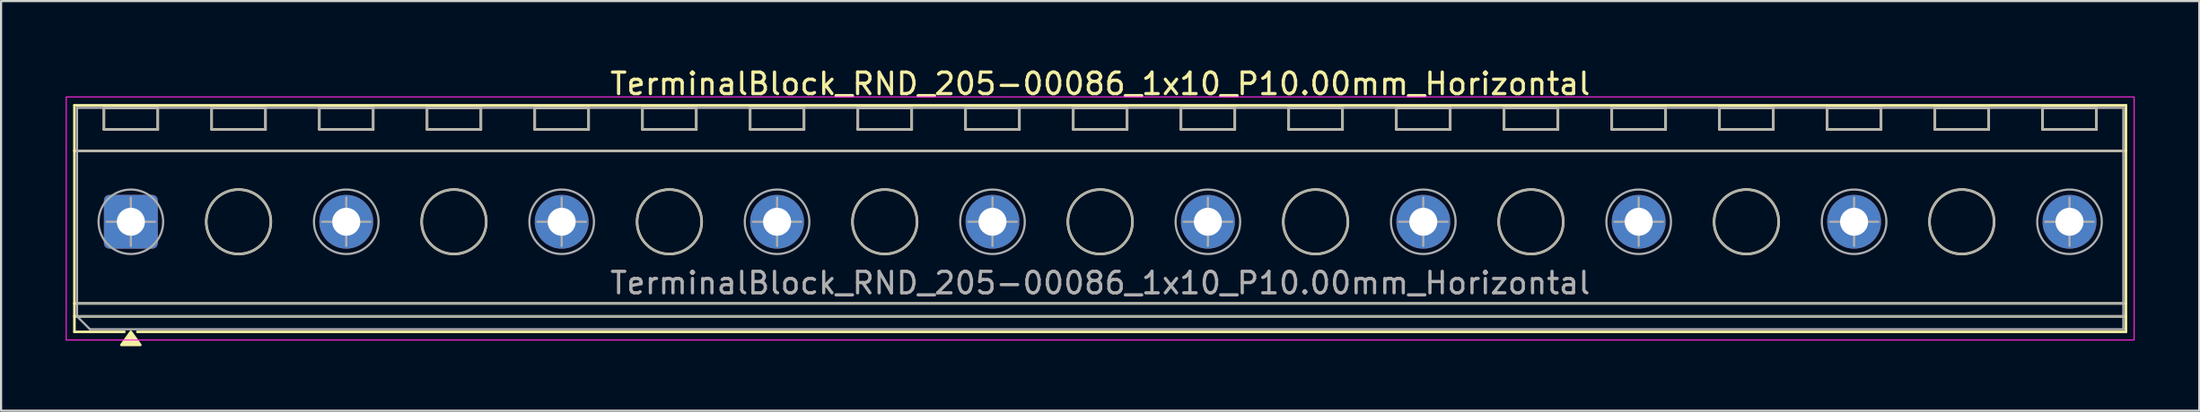
<source format=kicad_pcb>
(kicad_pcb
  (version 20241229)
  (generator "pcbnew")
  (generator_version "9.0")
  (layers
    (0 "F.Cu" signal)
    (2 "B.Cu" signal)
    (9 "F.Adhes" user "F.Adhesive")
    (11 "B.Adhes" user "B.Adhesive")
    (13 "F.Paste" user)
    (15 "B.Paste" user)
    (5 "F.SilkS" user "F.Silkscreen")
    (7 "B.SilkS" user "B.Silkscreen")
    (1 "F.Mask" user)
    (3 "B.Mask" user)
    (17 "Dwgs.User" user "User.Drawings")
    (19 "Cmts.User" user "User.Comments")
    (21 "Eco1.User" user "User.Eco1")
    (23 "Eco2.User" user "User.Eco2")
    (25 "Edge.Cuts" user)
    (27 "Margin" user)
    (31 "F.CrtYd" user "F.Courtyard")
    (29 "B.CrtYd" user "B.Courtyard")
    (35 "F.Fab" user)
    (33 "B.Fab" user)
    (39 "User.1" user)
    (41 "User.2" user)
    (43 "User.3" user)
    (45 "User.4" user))
  (footprint "TerminalBlock_RND_205-00086_1x10_P10.00mm_Horizontal"
    (layer "F.Cu")
    (at 3.025 7.268)
    (property "Reference" "TerminalBlock_RND_205-00086_1x10_P10.00mm_Horizontal" (at 45 -6.42 0) (layer "F.SilkS") (effects (font (size 1 1) (thickness 0.15))))
    (attr through_hole)
    (fp_line (start -2.62 -5.42) (end 92.62 -5.42) (stroke (width 0.12) (type solid)) (layer "F.SilkS"))
    (fp_line (start -2.62 -3.3) (end 92.62 -3.3) (stroke (width 0.12) (type solid)) (layer "F.SilkS"))
    (fp_line (start -2.62 3.8) (end 92.62 3.8) (stroke (width 0.12) (type solid)) (layer "F.SilkS"))
    (fp_line (start -2.62 4.4) (end 92.62 4.4) (stroke (width 0.12) (type solid)) (layer "F.SilkS"))
    (fp_line (start -2.62 5.12) (end -2.62 -5.42) (stroke (width 0.12) (type solid)) (layer "F.SilkS"))
    (fp_line (start -1.25 -5.3) (end 1.25 -5.3) (stroke (width 0.12) (type solid)) (layer "F.SilkS"))
    (fp_line (start -1.25 -4.3) (end -1.25 -5.3) (stroke (width 0.12) (type solid)) (layer "F.SilkS"))
    (fp_line (start -0.3 5.12) (end -2.62 5.12) (stroke (width 0.12) (type solid)) (layer "F.SilkS"))
    (fp_line (start 1.25 -5.3) (end 1.25 -4.3) (stroke (width 0.12) (type solid)) (layer "F.SilkS"))
    (fp_line (start 1.25 -4.3) (end -1.25 -4.3) (stroke (width 0.12) (type solid)) (layer "F.SilkS"))
    (fp_line (start 3.75 -5.3) (end 6.25 -5.3) (stroke (width 0.12) (type solid)) (layer "F.SilkS"))
    (fp_line (start 3.75 -4.3) (end 3.75 -5.3) (stroke (width 0.12) (type solid)) (layer "F.SilkS"))
    (fp_line (start 6.25 -5.3) (end 6.25 -4.3) (stroke (width 0.12) (type solid)) (layer "F.SilkS"))
    (fp_line (start 6.25 -4.3) (end 3.75 -4.3) (stroke (width 0.12) (type solid)) (layer "F.SilkS"))
    (fp_line (start 8.75 -5.3) (end 11.25 -5.3) (stroke (width 0.12) (type solid)) (layer "F.SilkS"))
    (fp_line (start 8.75 -4.3) (end 8.75 -5.3) (stroke (width 0.12) (type solid)) (layer "F.SilkS"))
    (fp_line (start 11.25 -5.3) (end 11.25 -4.3) (stroke (width 0.12) (type solid)) (layer "F.SilkS"))
    (fp_line (start 11.25 -4.3) (end 8.75 -4.3) (stroke (width 0.12) (type solid)) (layer "F.SilkS"))
    (fp_line (start 13.75 -5.3) (end 16.25 -5.3) (stroke (width 0.12) (type solid)) (layer "F.SilkS"))
    (fp_line (start 13.75 -4.3) (end 13.75 -5.3) (stroke (width 0.12) (type solid)) (layer "F.SilkS"))
    (fp_line (start 16.25 -5.3) (end 16.25 -4.3) (stroke (width 0.12) (type solid)) (layer "F.SilkS"))
    (fp_line (start 16.25 -4.3) (end 13.75 -4.3) (stroke (width 0.12) (type solid)) (layer "F.SilkS"))
    (fp_line (start 18.75 -5.3) (end 21.25 -5.3) (stroke (width 0.12) (type solid)) (layer "F.SilkS"))
    (fp_line (start 18.75 -4.3) (end 18.75 -5.3) (stroke (width 0.12) (type solid)) (layer "F.SilkS"))
    (fp_line (start 21.25 -5.3) (end 21.25 -4.3) (stroke (width 0.12) (type solid)) (layer "F.SilkS"))
    (fp_line (start 21.25 -4.3) (end 18.75 -4.3) (stroke (width 0.12) (type solid)) (layer "F.SilkS"))
    (fp_line (start 23.75 -5.3) (end 26.25 -5.3) (stroke (width 0.12) (type solid)) (layer "F.SilkS"))
    (fp_line (start 23.75 -4.3) (end 23.75 -5.3) (stroke (width 0.12) (type solid)) (layer "F.SilkS"))
    (fp_line (start 26.25 -5.3) (end 26.25 -4.3) (stroke (width 0.12) (type solid)) (layer "F.SilkS"))
    (fp_line (start 26.25 -4.3) (end 23.75 -4.3) (stroke (width 0.12) (type solid)) (layer "F.SilkS"))
    (fp_line (start 28.75 -5.3) (end 31.25 -5.3) (stroke (width 0.12) (type solid)) (layer "F.SilkS"))
    (fp_line (start 28.75 -4.3) (end 28.75 -5.3) (stroke (width 0.12) (type solid)) (layer "F.SilkS"))
    (fp_line (start 31.25 -5.3) (end 31.25 -4.3) (stroke (width 0.12) (type solid)) (layer "F.SilkS"))
    (fp_line (start 31.25 -4.3) (end 28.75 -4.3) (stroke (width 0.12) (type solid)) (layer "F.SilkS"))
    (fp_line (start 33.75 -5.3) (end 36.25 -5.3) (stroke (width 0.12) (type solid)) (layer "F.SilkS"))
    (fp_line (start 33.75 -4.3) (end 33.75 -5.3) (stroke (width 0.12) (type solid)) (layer "F.SilkS"))
    (fp_line (start 36.25 -5.3) (end 36.25 -4.3) (stroke (width 0.12) (type solid)) (layer "F.SilkS"))
    (fp_line (start 36.25 -4.3) (end 33.75 -4.3) (stroke (width 0.12) (type solid)) (layer "F.SilkS"))
    (fp_line (start 38.75 -5.3) (end 41.25 -5.3) (stroke (width 0.12) (type solid)) (layer "F.SilkS"))
    (fp_line (start 38.75 -4.3) (end 38.75 -5.3) (stroke (width 0.12) (type solid)) (layer "F.SilkS"))
    (fp_line (start 41.25 -5.3) (end 41.25 -4.3) (stroke (width 0.12) (type solid)) (layer "F.SilkS"))
    (fp_line (start 41.25 -4.3) (end 38.75 -4.3) (stroke (width 0.12) (type solid)) (layer "F.SilkS"))
    (fp_line (start 43.75 -5.3) (end 46.25 -5.3) (stroke (width 0.12) (type solid)) (layer "F.SilkS"))
    (fp_line (start 43.75 -4.3) (end 43.75 -5.3) (stroke (width 0.12) (type solid)) (layer "F.SilkS"))
    (fp_line (start 46.25 -5.3) (end 46.25 -4.3) (stroke (width 0.12) (type solid)) (layer "F.SilkS"))
    (fp_line (start 46.25 -4.3) (end 43.75 -4.3) (stroke (width 0.12) (type solid)) (layer "F.SilkS"))
    (fp_line (start 48.75 -5.3) (end 51.25 -5.3) (stroke (width 0.12) (type solid)) (layer "F.SilkS"))
    (fp_line (start 48.75 -4.3) (end 48.75 -5.3) (stroke (width 0.12) (type solid)) (layer "F.SilkS"))
    (fp_line (start 51.25 -5.3) (end 51.25 -4.3) (stroke (width 0.12) (type solid)) (layer "F.SilkS"))
    (fp_line (start 51.25 -4.3) (end 48.75 -4.3) (stroke (width 0.12) (type solid)) (layer "F.SilkS"))
    (fp_line (start 53.75 -5.3) (end 56.25 -5.3) (stroke (width 0.12) (type solid)) (layer "F.SilkS"))
    (fp_line (start 53.75 -4.3) (end 53.75 -5.3) (stroke (width 0.12) (type solid)) (layer "F.SilkS"))
    (fp_line (start 56.25 -5.3) (end 56.25 -4.3) (stroke (width 0.12) (type solid)) (layer "F.SilkS"))
    (fp_line (start 56.25 -4.3) (end 53.75 -4.3) (stroke (width 0.12) (type solid)) (layer "F.SilkS"))
    (fp_line (start 58.75 -5.3) (end 61.25 -5.3) (stroke (width 0.12) (type solid)) (layer "F.SilkS"))
    (fp_line (start 58.75 -4.3) (end 58.75 -5.3) (stroke (width 0.12) (type solid)) (layer "F.SilkS"))
    (fp_line (start 61.25 -5.3) (end 61.25 -4.3) (stroke (width 0.12) (type solid)) (layer "F.SilkS"))
    (fp_line (start 61.25 -4.3) (end 58.75 -4.3) (stroke (width 0.12) (type solid)) (layer "F.SilkS"))
    (fp_line (start 63.75 -5.3) (end 66.25 -5.3) (stroke (width 0.12) (type solid)) (layer "F.SilkS"))
    (fp_line (start 63.75 -4.3) (end 63.75 -5.3) (stroke (width 0.12) (type solid)) (layer "F.SilkS"))
    (fp_line (start 66.25 -5.3) (end 66.25 -4.3) (stroke (width 0.12) (type solid)) (layer "F.SilkS"))
    (fp_line (start 66.25 -4.3) (end 63.75 -4.3) (stroke (width 0.12) (type solid)) (layer "F.SilkS"))
    (fp_line (start 68.75 -5.3) (end 71.25 -5.3) (stroke (width 0.12) (type solid)) (layer "F.SilkS"))
    (fp_line (start 68.75 -4.3) (end 68.75 -5.3) (stroke (width 0.12) (type solid)) (layer "F.SilkS"))
    (fp_line (start 71.25 -5.3) (end 71.25 -4.3) (stroke (width 0.12) (type solid)) (layer "F.SilkS"))
    (fp_line (start 71.25 -4.3) (end 68.75 -4.3) (stroke (width 0.12) (type solid)) (layer "F.SilkS"))
    (fp_line (start 73.75 -5.3) (end 76.25 -5.3) (stroke (width 0.12) (type solid)) (layer "F.SilkS"))
    (fp_line (start 73.75 -4.3) (end 73.75 -5.3) (stroke (width 0.12) (type solid)) (layer "F.SilkS"))
    (fp_line (start 76.25 -5.3) (end 76.25 -4.3) (stroke (width 0.12) (type solid)) (layer "F.SilkS"))
    (fp_line (start 76.25 -4.3) (end 73.75 -4.3) (stroke (width 0.12) (type solid)) (layer "F.SilkS"))
    (fp_line (start 78.75 -5.3) (end 81.25 -5.3) (stroke (width 0.12) (type solid)) (layer "F.SilkS"))
    (fp_line (start 78.75 -4.3) (end 78.75 -5.3) (stroke (width 0.12) (type solid)) (layer "F.SilkS"))
    (fp_line (start 81.25 -5.3) (end 81.25 -4.3) (stroke (width 0.12) (type solid)) (layer "F.SilkS"))
    (fp_line (start 81.25 -4.3) (end 78.75 -4.3) (stroke (width 0.12) (type solid)) (layer "F.SilkS"))
    (fp_line (start 83.75 -5.3) (end 86.25 -5.3) (stroke (width 0.12) (type solid)) (layer "F.SilkS"))
    (fp_line (start 83.75 -4.3) (end 83.75 -5.3) (stroke (width 0.12) (type solid)) (layer "F.SilkS"))
    (fp_line (start 86.25 -5.3) (end 86.25 -4.3) (stroke (width 0.12) (type solid)) (layer "F.SilkS"))
    (fp_line (start 86.25 -4.3) (end 83.75 -4.3) (stroke (width 0.12) (type solid)) (layer "F.SilkS"))
    (fp_line (start 88.75 -5.3) (end 91.25 -5.3) (stroke (width 0.12) (type solid)) (layer "F.SilkS"))
    (fp_line (start 88.75 -4.3) (end 88.75 -5.3) (stroke (width 0.12) (type solid)) (layer "F.SilkS"))
    (fp_line (start 91.25 -5.3) (end 91.25 -4.3) (stroke (width 0.12) (type solid)) (layer "F.SilkS"))
    (fp_line (start 91.25 -4.3) (end 88.75 -4.3) (stroke (width 0.12) (type solid)) (layer "F.SilkS"))
    (fp_line (start 92.62 -5.42) (end 92.62 5.12) (stroke (width 0.12) (type solid)) (layer "F.SilkS"))
    (fp_line (start 92.62 5.12) (end 0.3 5.12) (stroke (width 0.12) (type solid)) (layer "F.SilkS"))
    (fp_circle (center 5 0) (end 6.5 0) (stroke (width 0.12) (type solid)) (fill no) (layer "F.SilkS"))
    (fp_circle (center 15 0) (end 16.5 0) (stroke (width 0.12) (type solid)) (fill no) (layer "F.SilkS"))
    (fp_circle (center 25 0) (end 26.5 0) (stroke (width 0.12) (type solid)) (fill no) (layer "F.SilkS"))
    (fp_circle (center 35 0) (end 36.5 0) (stroke (width 0.12) (type solid)) (fill no) (layer "F.SilkS"))
    (fp_circle (center 45 0) (end 46.5 0) (stroke (width 0.12) (type solid)) (fill no) (layer "F.SilkS"))
    (fp_circle (center 55 0) (end 56.5 0) (stroke (width 0.12) (type solid)) (fill no) (layer "F.SilkS"))
    (fp_circle (center 65 0) (end 66.5 0) (stroke (width 0.12) (type solid)) (fill no) (layer "F.SilkS"))
    (fp_circle (center 75 0) (end 76.5 0) (stroke (width 0.12) (type solid)) (fill no) (layer "F.SilkS"))
    (fp_circle (center 85 0) (end 86.5 0) (stroke (width 0.12) (type solid)) (fill no) (layer "F.SilkS"))
    (fp_poly (pts (xy 0 5.12) (xy 0.44 5.73) (xy -0.44 5.73)) (stroke (width 0.12) (type solid)) (fill yes) (layer "F.SilkS"))
    (fp_rect (start -3 -5.81) (end 93 5.5) (stroke (width 0.05) (type solid)) (fill no) (layer "F.CrtYd"))
    (fp_line (start -2.5 -5.3) (end 92.5 -5.3) (stroke (width 0.1) (type solid)) (layer "F.Fab"))
    (fp_line (start -2.5 -3.3) (end 92.5 -3.3) (stroke (width 0.1) (type solid)) (layer "F.Fab"))
    (fp_line (start -2.5 3.8) (end 92.5 3.8) (stroke (width 0.1) (type solid)) (layer "F.Fab"))
    (fp_line (start -2.5 4.4) (end -2.5 -5.3) (stroke (width 0.1) (type solid)) (layer "F.Fab"))
    (fp_line (start -2.5 4.4) (end 92.5 4.4) (stroke (width 0.1) (type solid)) (layer "F.Fab"))
    (fp_line (start -1.9 5) (end -2.5 4.4) (stroke (width 0.1) (type solid)) (layer "F.Fab"))
    (fp_line (start -1.125 0) (end 1.125 0) (stroke (width 0.1) (type solid)) (layer "F.Fab"))
    (fp_line (start 0 -1.125) (end 0 1.125) (stroke (width 0.1) (type solid)) (layer "F.Fab"))
    (fp_line (start 8.875 0) (end 11.125 0) (stroke (width 0.1) (type solid)) (layer "F.Fab"))
    (fp_line (start 10 -1.125) (end 10 1.125) (stroke (width 0.1) (type solid)) (layer "F.Fab"))
    (fp_line (start 18.875 0) (end 21.125 0) (stroke (width 0.1) (type solid)) (layer "F.Fab"))
    (fp_line (start 20 -1.125) (end 20 1.125) (stroke (width 0.1) (type solid)) (layer "F.Fab"))
    (fp_line (start 28.875 0) (end 31.125 0) (stroke (width 0.1) (type solid)) (layer "F.Fab"))
    (fp_line (start 30 -1.125) (end 30 1.125) (stroke (width 0.1) (type solid)) (layer "F.Fab"))
    (fp_line (start 38.875 0) (end 41.125 0) (stroke (width 0.1) (type solid)) (layer "F.Fab"))
    (fp_line (start 40 -1.125) (end 40 1.125) (stroke (width 0.1) (type solid)) (layer "F.Fab"))
    (fp_line (start 48.875 0) (end 51.125 0) (stroke (width 0.1) (type solid)) (layer "F.Fab"))
    (fp_line (start 50 -1.125) (end 50 1.125) (stroke (width 0.1) (type solid)) (layer "F.Fab"))
    (fp_line (start 58.875 0) (end 61.125 0) (stroke (width 0.1) (type solid)) (layer "F.Fab"))
    (fp_line (start 60 -1.125) (end 60 1.125) (stroke (width 0.1) (type solid)) (layer "F.Fab"))
    (fp_line (start 68.875 0) (end 71.125 0) (stroke (width 0.1) (type solid)) (layer "F.Fab"))
    (fp_line (start 70 -1.125) (end 70 1.125) (stroke (width 0.1) (type solid)) (layer "F.Fab"))
    (fp_line (start 78.875 0) (end 81.125 0) (stroke (width 0.1) (type solid)) (layer "F.Fab"))
    (fp_line (start 80 -1.125) (end 80 1.125) (stroke (width 0.1) (type solid)) (layer "F.Fab"))
    (fp_line (start 88.875 0) (end 91.125 0) (stroke (width 0.1) (type solid)) (layer "F.Fab"))
    (fp_line (start 90 -1.125) (end 90 1.125) (stroke (width 0.1) (type solid)) (layer "F.Fab"))
    (fp_line (start 92.5 -5.3) (end 92.5 5) (stroke (width 0.1) (type solid)) (layer "F.Fab"))
    (fp_line (start 92.5 5) (end -1.9 5) (stroke (width 0.1) (type solid)) (layer "F.Fab"))
    (fp_rect (start -1.25 -5.3) (end 1.25 -4.3) (stroke (width 0.1) (type solid)) (fill no) (layer "F.Fab"))
    (fp_rect (start 3.75 -5.3) (end 6.25 -4.3) (stroke (width 0.1) (type solid)) (fill no) (layer "F.Fab"))
    (fp_rect (start 8.75 -5.3) (end 11.25 -4.3) (stroke (width 0.1) (type solid)) (fill no) (layer "F.Fab"))
    (fp_rect (start 13.75 -5.3) (end 16.25 -4.3) (stroke (width 0.1) (type solid)) (fill no) (layer "F.Fab"))
    (fp_rect (start 18.75 -5.3) (end 21.25 -4.3) (stroke (width 0.1) (type solid)) (fill no) (layer "F.Fab"))
    (fp_rect (start 23.75 -5.3) (end 26.25 -4.3) (stroke (width 0.1) (type solid)) (fill no) (layer "F.Fab"))
    (fp_rect (start 28.75 -5.3) (end 31.25 -4.3) (stroke (width 0.1) (type solid)) (fill no) (layer "F.Fab"))
    (fp_rect (start 33.75 -5.3) (end 36.25 -4.3) (stroke (width 0.1) (type solid)) (fill no) (layer "F.Fab"))
    (fp_rect (start 38.75 -5.3) (end 41.25 -4.3) (stroke (width 0.1) (type solid)) (fill no) (layer "F.Fab"))
    (fp_rect (start 43.75 -5.3) (end 46.25 -4.3) (stroke (width 0.1) (type solid)) (fill no) (layer "F.Fab"))
    (fp_rect (start 48.75 -5.3) (end 51.25 -4.3) (stroke (width 0.1) (type solid)) (fill no) (layer "F.Fab"))
    (fp_rect (start 53.75 -5.3) (end 56.25 -4.3) (stroke (width 0.1) (type solid)) (fill no) (layer "F.Fab"))
    (fp_rect (start 58.75 -5.3) (end 61.25 -4.3) (stroke (width 0.1) (type solid)) (fill no) (layer "F.Fab"))
    (fp_rect (start 63.75 -5.3) (end 66.25 -4.3) (stroke (width 0.1) (type solid)) (fill no) (layer "F.Fab"))
    (fp_rect (start 68.75 -5.3) (end 71.25 -4.3) (stroke (width 0.1) (type solid)) (fill no) (layer "F.Fab"))
    (fp_rect (start 73.75 -5.3) (end 76.25 -4.3) (stroke (width 0.1) (type solid)) (fill no) (layer "F.Fab"))
    (fp_rect (start 78.75 -5.3) (end 81.25 -4.3) (stroke (width 0.1) (type solid)) (fill no) (layer "F.Fab"))
    (fp_rect (start 83.75 -5.3) (end 86.25 -4.3) (stroke (width 0.1) (type solid)) (fill no) (layer "F.Fab"))
    (fp_rect (start 88.75 -5.3) (end 91.25 -4.3) (stroke (width 0.1) (type solid)) (fill no) (layer "F.Fab"))
    (fp_circle (center 0 0) (end 1.5 0) (stroke (width 0.1) (type solid)) (fill no) (layer "F.Fab"))
    (fp_circle (center 5 0) (end 6.5 0) (stroke (width 0.1) (type solid)) (fill no) (layer "F.Fab"))
    (fp_circle (center 10 0) (end 11.5 0) (stroke (width 0.1) (type solid)) (fill no) (layer "F.Fab"))
    (fp_circle (center 15 0) (end 16.5 0) (stroke (width 0.1) (type solid)) (fill no) (layer "F.Fab"))
    (fp_circle (center 20 0) (end 21.5 0) (stroke (width 0.1) (type solid)) (fill no) (layer "F.Fab"))
    (fp_circle (center 25 0) (end 26.5 0) (stroke (width 0.1) (type solid)) (fill no) (layer "F.Fab"))
    (fp_circle (center 30 0) (end 31.5 0) (stroke (width 0.1) (type solid)) (fill no) (layer "F.Fab"))
    (fp_circle (center 35 0) (end 36.5 0) (stroke (width 0.1) (type solid)) (fill no) (layer "F.Fab"))
    (fp_circle (center 40 0) (end 41.5 0) (stroke (width 0.1) (type solid)) (fill no) (layer "F.Fab"))
    (fp_circle (center 45 0) (end 46.5 0) (stroke (width 0.1) (type solid)) (fill no) (layer "F.Fab"))
    (fp_circle (center 50 0) (end 51.5 0) (stroke (width 0.1) (type solid)) (fill no) (layer "F.Fab"))
    (fp_circle (center 55 0) (end 56.5 0) (stroke (width 0.1) (type solid)) (fill no) (layer "F.Fab"))
    (fp_circle (center 60 0) (end 61.5 0) (stroke (width 0.1) (type solid)) (fill no) (layer "F.Fab"))
    (fp_circle (center 65 0) (end 66.5 0) (stroke (width 0.1) (type solid)) (fill no) (layer "F.Fab"))
    (fp_circle (center 70 0) (end 71.5 0) (stroke (width 0.1) (type solid)) (fill no) (layer "F.Fab"))
    (fp_circle (center 75 0) (end 76.5 0) (stroke (width 0.1) (type solid)) (fill no) (layer "F.Fab"))
    (fp_circle (center 80 0) (end 81.5 0) (stroke (width 0.1) (type solid)) (fill no) (layer "F.Fab"))
    (fp_circle (center 85 0) (end 86.5 0) (stroke (width 0.1) (type solid)) (fill no) (layer "F.Fab"))
    (fp_circle (center 90 0) (end 91.5 0) (stroke (width 0.1) (type solid)) (fill no) (layer "F.Fab"))
    (fp_text user "${REFERENCE}" (at 45 2.85 0) (layer "F.Fab") (effects (font (size 1 1) (thickness 0.15))))
    (pad "1" thru_hole roundrect (at 0 0) (size 2.5 2.5) (drill 1.3) (layers "*.Cu" "*.Mask") (roundrect_rratio 0.1))
    (pad "2" thru_hole circle (at 10 0) (size 2.5 2.5) (drill 1.3) (layers "*.Cu" "*.Mask"))
    (pad "3" thru_hole circle (at 20 0) (size 2.5 2.5) (drill 1.3) (layers "*.Cu" "*.Mask"))
    (pad "4" thru_hole circle (at 30 0) (size 2.5 2.5) (drill 1.3) (layers "*.Cu" "*.Mask"))
    (pad "5" thru_hole circle (at 40 0) (size 2.5 2.5) (drill 1.3) (layers "*.Cu" "*.Mask"))
    (pad "6" thru_hole circle (at 50 0) (size 2.5 2.5) (drill 1.3) (layers "*.Cu" "*.Mask"))
    (pad "7" thru_hole circle (at 60 0) (size 2.5 2.5) (drill 1.3) (layers "*.Cu" "*.Mask"))
    (pad "8" thru_hole circle (at 70 0) (size 2.5 2.5) (drill 1.3) (layers "*.Cu" "*.Mask"))
    (pad "9" thru_hole circle (at 80 0) (size 2.5 2.5) (drill 1.3) (layers "*.Cu" "*.Mask"))
    (pad "10" thru_hole circle (at 90 0) (size 2.5 2.5) (drill 1.3) (layers "*.Cu" "*.Mask")))
  (gr_rect
    (start -3 -3)
    (end 99.05 16.058)
    (stroke (width 0.1) (type default))
    (fill no)
    (layer "Edge.Cuts")))
</source>
